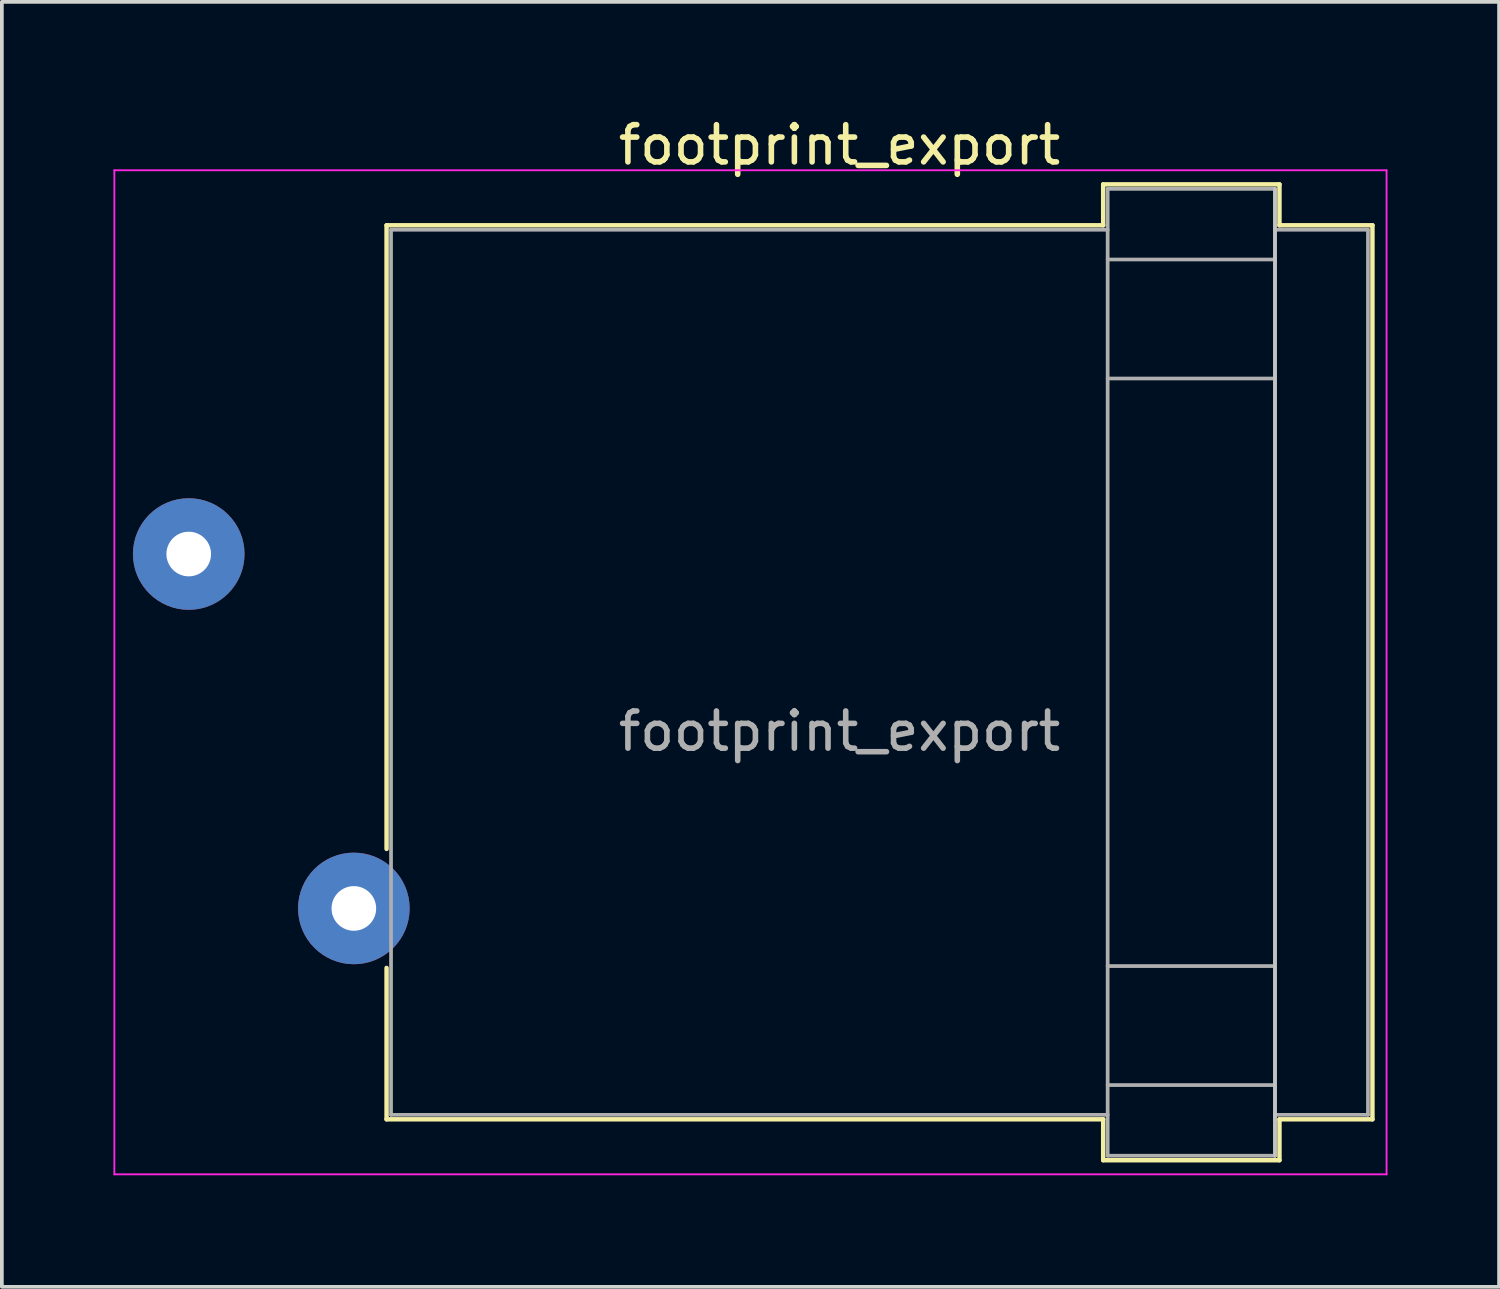
<source format=kicad_pcb>
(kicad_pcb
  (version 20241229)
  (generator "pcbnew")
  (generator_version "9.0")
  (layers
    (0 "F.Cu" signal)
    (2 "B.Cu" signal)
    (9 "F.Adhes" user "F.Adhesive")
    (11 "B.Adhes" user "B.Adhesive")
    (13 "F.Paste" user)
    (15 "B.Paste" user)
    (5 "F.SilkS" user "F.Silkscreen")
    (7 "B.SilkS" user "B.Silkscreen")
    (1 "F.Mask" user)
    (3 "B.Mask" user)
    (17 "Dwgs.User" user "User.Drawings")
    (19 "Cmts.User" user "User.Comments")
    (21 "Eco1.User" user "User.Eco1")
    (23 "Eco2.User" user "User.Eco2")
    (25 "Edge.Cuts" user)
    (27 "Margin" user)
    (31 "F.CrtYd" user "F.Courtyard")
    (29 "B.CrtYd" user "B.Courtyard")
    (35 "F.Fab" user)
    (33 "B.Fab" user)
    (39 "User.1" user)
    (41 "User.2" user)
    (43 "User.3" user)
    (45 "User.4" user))
  (footprint "footprint_export"
    (layer "F.Cu")
    (at 2.025 11.848)
    (property "Reference" "footprint_export" (at 17.5 -11 0) (layer "F.SilkS") (effects (font (size 1 1) (thickness 0.15))))
    (attr through_hole)
    (fp_line (start 5.32 -8.84) (end 24.59 -8.84) (stroke (width 0.12) (type solid)) (layer "F.SilkS"))
    (fp_line (start 5.32 7.93) (end 5.32 -8.84) (stroke (width 0.12) (type solid)) (layer "F.SilkS"))
    (fp_line (start 5.32 15.2) (end 5.32 11.13) (stroke (width 0.12) (type solid)) (layer "F.SilkS"))
    (fp_line (start 5.32 15.2) (end 24.59 15.2) (stroke (width 0.12) (type solid)) (layer "F.SilkS"))
    (fp_line (start 24.59 -9.94) (end 24.59 -8.84) (stroke (width 0.12) (type solid)) (layer "F.SilkS"))
    (fp_line (start 24.59 -9.94) (end 29.33 -9.94) (stroke (width 0.12) (type solid)) (layer "F.SilkS"))
    (fp_line (start 24.59 16.3) (end 24.59 15.2) (stroke (width 0.12) (type solid)) (layer "F.SilkS"))
    (fp_line (start 24.59 16.3) (end 29.33 16.3) (stroke (width 0.12) (type solid)) (layer "F.SilkS"))
    (fp_line (start 29.33 -9.94) (end 29.33 -8.84) (stroke (width 0.12) (type solid)) (layer "F.SilkS"))
    (fp_line (start 29.33 16.3) (end 29.33 15.2) (stroke (width 0.12) (type solid)) (layer "F.SilkS"))
    (fp_line (start 31.83 -8.84) (end 29.33 -8.84) (stroke (width 0.12) (type solid)) (layer "F.SilkS"))
    (fp_line (start 31.83 15.2) (end 29.33 15.2) (stroke (width 0.12) (type solid)) (layer "F.SilkS"))
    (fp_line (start 31.83 15.2) (end 31.83 -8.84) (stroke (width 0.12) (type solid)) (layer "F.SilkS"))
    (fp_line (start 29.21 16.18) (end 29.21 -9.82) (stroke (width 0.1) (type solid)) (layer "Dwgs.User"))
    (fp_line (start -2 16.68) (end -2 -10.32) (stroke (width 0.05) (type solid)) (layer "F.CrtYd"))
    (fp_line (start -2 16.68) (end 32.21 16.68) (stroke (width 0.05) (type solid)) (layer "F.CrtYd"))
    (fp_line (start 32.21 -10.32) (end -2 -10.32) (stroke (width 0.05) (type solid)) (layer "F.CrtYd"))
    (fp_line (start 32.21 -10.32) (end 32.21 16.68) (stroke (width 0.05) (type solid)) (layer "F.CrtYd"))
    (fp_line (start 5.44 -8.72) (end 24.71 -8.72) (stroke (width 0.1) (type solid)) (layer "F.Fab"))
    (fp_line (start 5.44 15.08) (end 5.44 -8.72) (stroke (width 0.1) (type solid)) (layer "F.Fab"))
    (fp_line (start 5.44 15.08) (end 24.71 15.08) (stroke (width 0.1) (type solid)) (layer "F.Fab"))
    (fp_line (start 24.71 -9.82) (end 29.21 -9.82) (stroke (width 0.1) (type solid)) (layer "F.Fab"))
    (fp_line (start 24.71 -7.92) (end 29.21 -7.92) (stroke (width 0.1) (type solid)) (layer "F.Fab"))
    (fp_line (start 24.71 -4.72) (end 29.21 -4.72) (stroke (width 0.1) (type solid)) (layer "F.Fab"))
    (fp_line (start 24.71 11.08) (end 29.21 11.08) (stroke (width 0.1) (type solid)) (layer "F.Fab"))
    (fp_line (start 24.71 14.28) (end 29.21 14.28) (stroke (width 0.1) (type solid)) (layer "F.Fab"))
    (fp_line (start 24.71 16.18) (end 24.71 -9.82) (stroke (width 0.1) (type solid)) (layer "F.Fab"))
    (fp_line (start 24.71 16.18) (end 29.21 16.18) (stroke (width 0.1) (type solid)) (layer "F.Fab"))
    (fp_line (start 29.21 16.18) (end 29.21 -9.82) (stroke (width 0.1) (type solid)) (layer "F.Fab"))
    (fp_line (start 31.71 -8.72) (end 29.21 -8.72) (stroke (width 0.1) (type solid)) (layer "F.Fab"))
    (fp_line (start 31.71 15.08) (end 29.21 15.08) (stroke (width 0.1) (type solid)) (layer "F.Fab"))
    (fp_line (start 31.71 15.08) (end 31.71 -8.72) (stroke (width 0.1) (type solid)) (layer "F.Fab"))
    (fp_text user "${REFERENCE}" (at 17.5 4.765 0) (layer "F.Fab") (effects (font (size 1 1) (thickness 0.15))))
    (pad "1+" thru_hole circle (at 0 0) (size 3 3) (drill 1.2) (layers "*.Cu" "*.Mask"))
    (pad "1-" thru_hole circle (at 4.44 9.53) (size 3 3) (drill 1.2) (layers "*.Cu" "*.Mask")))
  (gr_rect
    (start -3 -3)
    (end 37.26 31.553)
    (stroke (width 0.1) (type default))
    (fill no)
    (layer "Edge.Cuts")))
</source>
